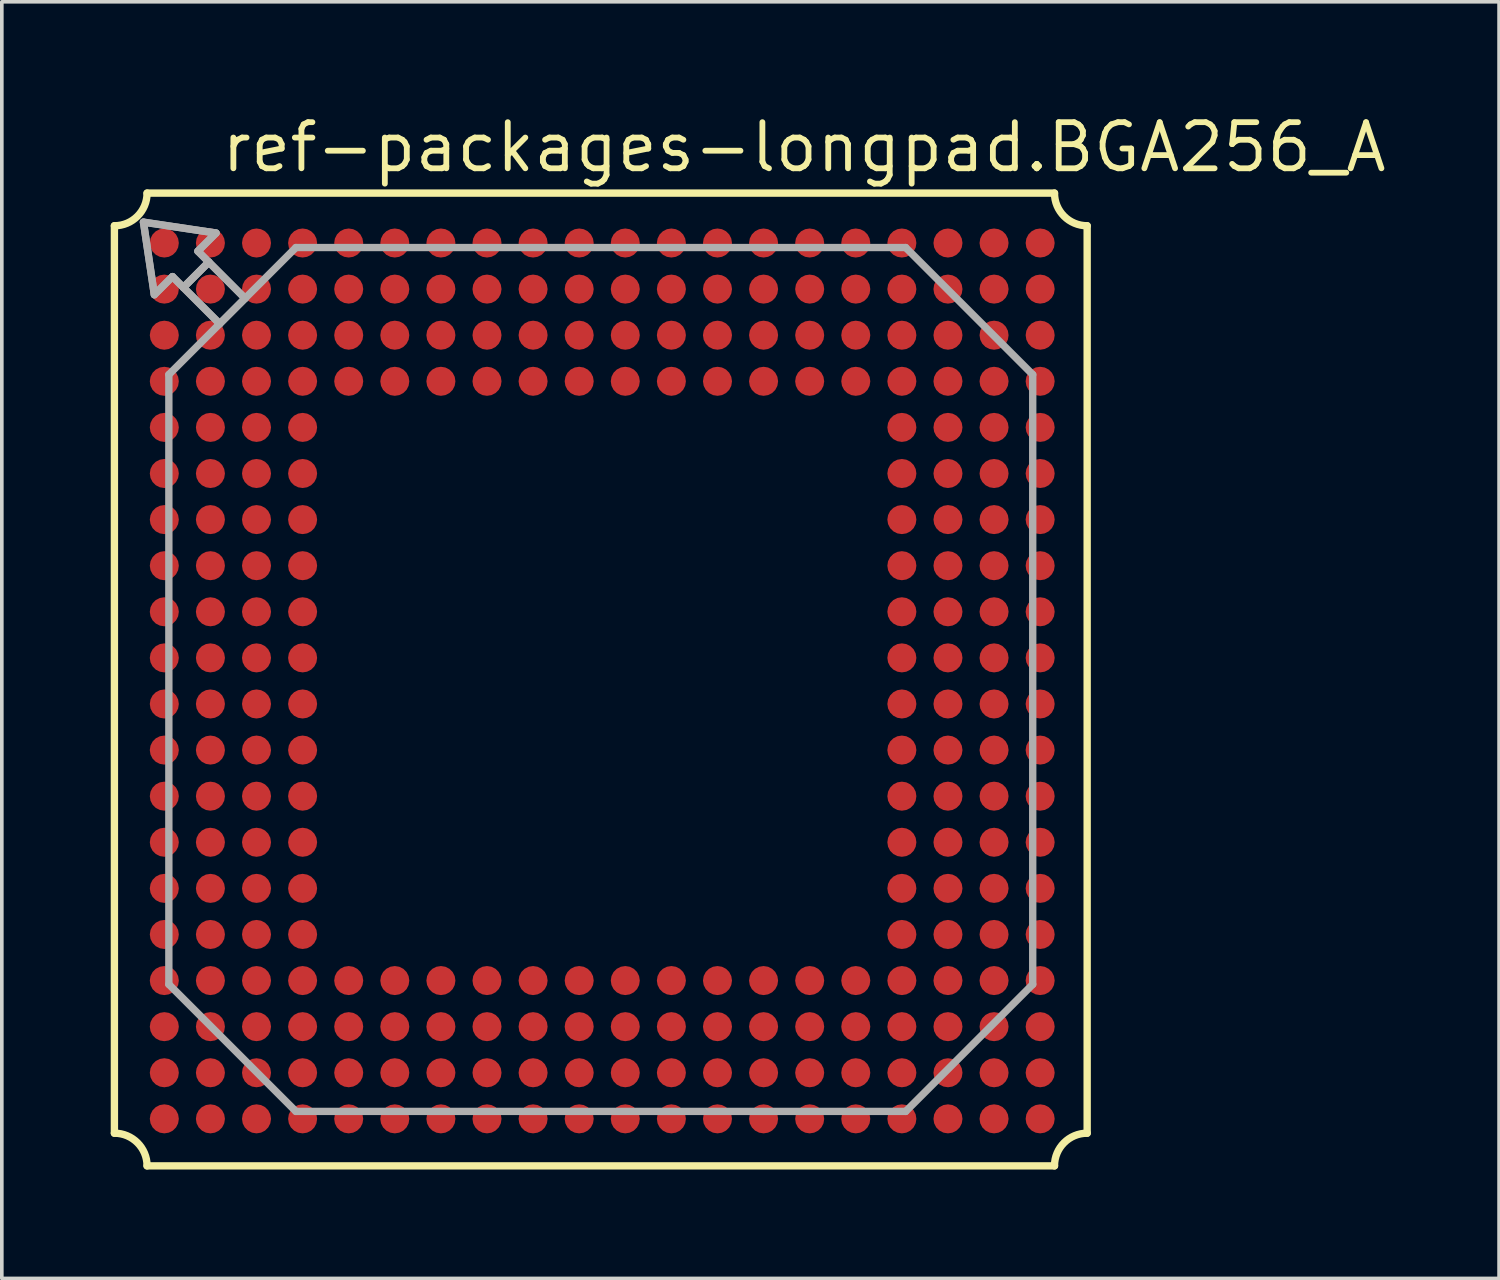
<source format=kicad_pcb>
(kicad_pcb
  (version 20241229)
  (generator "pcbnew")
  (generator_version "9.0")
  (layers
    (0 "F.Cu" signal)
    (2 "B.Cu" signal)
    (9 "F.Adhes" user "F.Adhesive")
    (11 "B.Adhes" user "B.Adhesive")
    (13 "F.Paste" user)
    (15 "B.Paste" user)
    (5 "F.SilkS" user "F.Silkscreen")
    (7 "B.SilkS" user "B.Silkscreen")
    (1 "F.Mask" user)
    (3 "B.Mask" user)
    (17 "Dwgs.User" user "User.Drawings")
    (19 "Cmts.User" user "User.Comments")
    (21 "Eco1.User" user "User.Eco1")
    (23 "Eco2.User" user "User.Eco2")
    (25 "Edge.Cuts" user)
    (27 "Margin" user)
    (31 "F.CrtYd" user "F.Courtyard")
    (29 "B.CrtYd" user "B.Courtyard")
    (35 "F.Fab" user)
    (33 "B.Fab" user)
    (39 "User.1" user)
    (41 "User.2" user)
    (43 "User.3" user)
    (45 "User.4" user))
  (footprint "ref-packages-longpad.BGA256_A"
    (layer "F.Cu")
    (at 13.502 15.67)
    (property "Reference" "ref-packages-longpad.BGA256_A" (at -10.53 -13.92 0) (layer "F.SilkS") (effects (font (size 1.27 1.27) (thickness 0.16)) (justify left bottom)))
    (attr smd)
    (fp_line (start -13.4 12.5) (end -13.4 -12.5) (stroke (width 0.203) (type default)) (layer "F.SilkS"))
    (fp_line (start -12.5 -13.4) (end 12.5 -13.4) (stroke (width 0.203) (type default)) (layer "F.SilkS"))
    (fp_line (start 12.5 13.4) (end -12.5 13.4) (stroke (width 0.203) (type default)) (layer "F.SilkS"))
    (fp_line (start 13.4 -12.5) (end 13.4 12.5) (stroke (width 0.203) (type default)) (layer "F.SilkS"))
    (fp_arc (start -13.4 12.5) (mid -12.763675 12.763575) (end -12.5001 13.3999) (stroke (width 0.2032) (type default)) (layer "F.SilkS"))
    (fp_arc (start -12.5001 -13.3999) (mid -12.763675 -12.763575) (end -13.4 -12.5) (stroke (width 0.2032) (type default)) (layer "F.SilkS"))
    (fp_arc (start 12.5 13.4) (mid 12.763575 12.763675) (end 13.3999 12.5001) (stroke (width 0.2032) (type default)) (layer "F.SilkS"))
    (fp_arc (start 13.3999 -12.5001) (mid 12.763575 -12.763675) (end 12.5 -13.4) (stroke (width 0.2032) (type default)) (layer "F.SilkS"))
    (fp_line (start -12.6 -12.6) (end -12.3 -10.6) (stroke (width 0.203) (type default)) (layer "F.Fab"))
    (fp_line (start -12.3 -10.6) (end -11.8 -11.1) (stroke (width 0.203) (type default)) (layer "F.Fab"))
    (fp_line (start -11.9 -8.4) (end -10.5 -9.8) (stroke (width 0.203) (type default)) (layer "F.Fab"))
    (fp_line (start -11.9 8.4) (end -11.9 -8.4) (stroke (width 0.203) (type default)) (layer "F.Fab"))
    (fp_line (start -11.8 -11.1) (end -11.5 -10.8) (stroke (width 0.203) (type default)) (layer "F.Fab"))
    (fp_line (start -11.5 -10.8) (end -10.5 -9.8) (stroke (width 0.203) (type default)) (layer "F.Fab"))
    (fp_line (start -11.1 -11.8) (end -10.6 -12.3) (stroke (width 0.203) (type default)) (layer "F.Fab"))
    (fp_line (start -10.8 -11.5) (end -11.5 -10.8) (stroke (width 0.203) (type default)) (layer "F.Fab"))
    (fp_line (start -10.8 -11.5) (end -11.1 -11.8) (stroke (width 0.203) (type default)) (layer "F.Fab"))
    (fp_line (start -10.6 -12.3) (end -12.6 -12.6) (stroke (width 0.203) (type default)) (layer "F.Fab"))
    (fp_line (start -10.5 -9.8) (end -9.8 -10.5) (stroke (width 0.203) (type default)) (layer "F.Fab"))
    (fp_line (start -9.8 -10.5) (end -10.8 -11.5) (stroke (width 0.203) (type default)) (layer "F.Fab"))
    (fp_line (start -9.8 -10.5) (end -8.4 -11.9) (stroke (width 0.203) (type default)) (layer "F.Fab"))
    (fp_line (start -8.4 -11.9) (end 8.4 -11.9) (stroke (width 0.203) (type default)) (layer "F.Fab"))
    (fp_line (start -8.4 11.9) (end -11.9 8.4) (stroke (width 0.203) (type default)) (layer "F.Fab"))
    (fp_line (start 8.4 -11.9) (end 11.9 -8.4) (stroke (width 0.203) (type default)) (layer "F.Fab"))
    (fp_line (start 8.4 11.9) (end -8.4 11.9) (stroke (width 0.203) (type default)) (layer "F.Fab"))
    (fp_line (start 11.9 -8.4) (end 11.9 8.4) (stroke (width 0.203) (type default)) (layer "F.Fab"))
    (fp_line (start 11.9 8.4) (end 8.4 11.9) (stroke (width 0.203) (type default)) (layer "F.Fab"))
    (fp_poly (pts (xy -11.5 -10.8) (xy -10.5 -9.8) (xy -9.8 -10.5) (xy -10.8 -11.5)) (stroke (width 0.203) (type default)) (fill no) (layer "F.Fab"))
    (fp_poly (pts (xy -12.6 -12.6) (xy -12.3 -10.6) (xy -11.8 -11.1) (xy -11.5 -10.8) (xy -10.8 -11.5) (xy -11.1 -11.8) (xy -10.6 -12.3)) (stroke (width 0.2) (type default)) (fill no) (layer "F.Fab"))
    (pad "A1" smd roundrect (at -12.025 -12.025) (size 0.8 0.8) (layers "F.Cu" "F.Mask" "F.Paste") (roundrect_rratio 0.5))
    (pad "A2" smd roundrect (at -10.755 -12.025) (size 0.8 0.8) (layers "F.Cu" "F.Mask" "F.Paste") (roundrect_rratio 0.5))
    (pad "A3" smd roundrect (at -9.485 -12.025) (size 0.8 0.8) (layers "F.Cu" "F.Mask" "F.Paste") (roundrect_rratio 0.5))
    (pad "A4" smd roundrect (at -8.215 -12.025) (size 0.8 0.8) (layers "F.Cu" "F.Mask" "F.Paste") (roundrect_rratio 0.5))
    (pad "A5" smd roundrect (at -6.945 -12.025) (size 0.8 0.8) (layers "F.Cu" "F.Mask" "F.Paste") (roundrect_rratio 0.5))
    (pad "A6" smd roundrect (at -5.675 -12.025) (size 0.8 0.8) (layers "F.Cu" "F.Mask" "F.Paste") (roundrect_rratio 0.5))
    (pad "A7" smd roundrect (at -4.405 -12.025) (size 0.8 0.8) (layers "F.Cu" "F.Mask" "F.Paste") (roundrect_rratio 0.5))
    (pad "A8" smd roundrect (at -3.135 -12.025) (size 0.8 0.8) (layers "F.Cu" "F.Mask" "F.Paste") (roundrect_rratio 0.5))
    (pad "A9" smd roundrect (at -1.865 -12.025) (size 0.8 0.8) (layers "F.Cu" "F.Mask" "F.Paste") (roundrect_rratio 0.5))
    (pad "A10" smd roundrect (at -0.595 -12.025) (size 0.8 0.8) (layers "F.Cu" "F.Mask" "F.Paste") (roundrect_rratio 0.5))
    (pad "A11" smd roundrect (at 0.675 -12.025) (size 0.8 0.8) (layers "F.Cu" "F.Mask" "F.Paste") (roundrect_rratio 0.5))
    (pad "A12" smd roundrect (at 1.945 -12.025) (size 0.8 0.8) (layers "F.Cu" "F.Mask" "F.Paste") (roundrect_rratio 0.5))
    (pad "A13" smd roundrect (at 3.215 -12.025) (size 0.8 0.8) (layers "F.Cu" "F.Mask" "F.Paste") (roundrect_rratio 0.5))
    (pad "A14" smd roundrect (at 4.485 -12.025) (size 0.8 0.8) (layers "F.Cu" "F.Mask" "F.Paste") (roundrect_rratio 0.5))
    (pad "A15" smd roundrect (at 5.755 -12.025) (size 0.8 0.8) (layers "F.Cu" "F.Mask" "F.Paste") (roundrect_rratio 0.5))
    (pad "A16" smd roundrect (at 7.025 -12.025) (size 0.8 0.8) (layers "F.Cu" "F.Mask" "F.Paste") (roundrect_rratio 0.5))
    (pad "A17" smd roundrect (at 8.295 -12.025) (size 0.8 0.8) (layers "F.Cu" "F.Mask" "F.Paste") (roundrect_rratio 0.5))
    (pad "A18" smd roundrect (at 9.565 -12.025) (size 0.8 0.8) (layers "F.Cu" "F.Mask" "F.Paste") (roundrect_rratio 0.5))
    (pad "A19" smd roundrect (at 10.835 -12.025) (size 0.8 0.8) (layers "F.Cu" "F.Mask" "F.Paste") (roundrect_rratio 0.5))
    (pad "A20" smd roundrect (at 12.105 -12.025) (size 0.8 0.8) (layers "F.Cu" "F.Mask" "F.Paste") (roundrect_rratio 0.5))
    (pad "B1" smd roundrect (at -12.025 -10.755) (size 0.8 0.8) (layers "F.Cu" "F.Mask" "F.Paste") (roundrect_rratio 0.5))
    (pad "B2" smd roundrect (at -10.755 -10.755) (size 0.8 0.8) (layers "F.Cu" "F.Mask" "F.Paste") (roundrect_rratio 0.5))
    (pad "B3" smd roundrect (at -9.485 -10.755) (size 0.8 0.8) (layers "F.Cu" "F.Mask" "F.Paste") (roundrect_rratio 0.5))
    (pad "B4" smd roundrect (at -8.215 -10.755) (size 0.8 0.8) (layers "F.Cu" "F.Mask" "F.Paste") (roundrect_rratio 0.5))
    (pad "B5" smd roundrect (at -6.945 -10.755) (size 0.8 0.8) (layers "F.Cu" "F.Mask" "F.Paste") (roundrect_rratio 0.5))
    (pad "B6" smd roundrect (at -5.675 -10.755) (size 0.8 0.8) (layers "F.Cu" "F.Mask" "F.Paste") (roundrect_rratio 0.5))
    (pad "B7" smd roundrect (at -4.405 -10.755) (size 0.8 0.8) (layers "F.Cu" "F.Mask" "F.Paste") (roundrect_rratio 0.5))
    (pad "B8" smd roundrect (at -3.135 -10.755) (size 0.8 0.8) (layers "F.Cu" "F.Mask" "F.Paste") (roundrect_rratio 0.5))
    (pad "B9" smd roundrect (at -1.865 -10.755) (size 0.8 0.8) (layers "F.Cu" "F.Mask" "F.Paste") (roundrect_rratio 0.5))
    (pad "B10" smd roundrect (at -0.595 -10.755) (size 0.8 0.8) (layers "F.Cu" "F.Mask" "F.Paste") (roundrect_rratio 0.5))
    (pad "B11" smd roundrect (at 0.675 -10.755) (size 0.8 0.8) (layers "F.Cu" "F.Mask" "F.Paste") (roundrect_rratio 0.5))
    (pad "B12" smd roundrect (at 1.945 -10.755) (size 0.8 0.8) (layers "F.Cu" "F.Mask" "F.Paste") (roundrect_rratio 0.5))
    (pad "B13" smd roundrect (at 3.215 -10.755) (size 0.8 0.8) (layers "F.Cu" "F.Mask" "F.Paste") (roundrect_rratio 0.5))
    (pad "B14" smd roundrect (at 4.485 -10.755) (size 0.8 0.8) (layers "F.Cu" "F.Mask" "F.Paste") (roundrect_rratio 0.5))
    (pad "B15" smd roundrect (at 5.755 -10.755) (size 0.8 0.8) (layers "F.Cu" "F.Mask" "F.Paste") (roundrect_rratio 0.5))
    (pad "B16" smd roundrect (at 7.025 -10.755) (size 0.8 0.8) (layers "F.Cu" "F.Mask" "F.Paste") (roundrect_rratio 0.5))
    (pad "B17" smd roundrect (at 8.295 -10.755) (size 0.8 0.8) (layers "F.Cu" "F.Mask" "F.Paste") (roundrect_rratio 0.5))
    (pad "B18" smd roundrect (at 9.565 -10.755) (size 0.8 0.8) (layers "F.Cu" "F.Mask" "F.Paste") (roundrect_rratio 0.5))
    (pad "B19" smd roundrect (at 10.835 -10.755) (size 0.8 0.8) (layers "F.Cu" "F.Mask" "F.Paste") (roundrect_rratio 0.5))
    (pad "B20" smd roundrect (at 12.105 -10.755) (size 0.8 0.8) (layers "F.Cu" "F.Mask" "F.Paste") (roundrect_rratio 0.5))
    (pad "C1" smd roundrect (at -12.025 -9.485) (size 0.8 0.8) (layers "F.Cu" "F.Mask" "F.Paste") (roundrect_rratio 0.5))
    (pad "C2" smd roundrect (at -10.755 -9.485) (size 0.8 0.8) (layers "F.Cu" "F.Mask" "F.Paste") (roundrect_rratio 0.5))
    (pad "C3" smd roundrect (at -9.485 -9.485) (size 0.8 0.8) (layers "F.Cu" "F.Mask" "F.Paste") (roundrect_rratio 0.5))
    (pad "C4" smd roundrect (at -8.215 -9.485) (size 0.8 0.8) (layers "F.Cu" "F.Mask" "F.Paste") (roundrect_rratio 0.5))
    (pad "C5" smd roundrect (at -6.945 -9.485) (size 0.8 0.8) (layers "F.Cu" "F.Mask" "F.Paste") (roundrect_rratio 0.5))
    (pad "C6" smd roundrect (at -5.675 -9.485) (size 0.8 0.8) (layers "F.Cu" "F.Mask" "F.Paste") (roundrect_rratio 0.5))
    (pad "C7" smd roundrect (at -4.405 -9.485) (size 0.8 0.8) (layers "F.Cu" "F.Mask" "F.Paste") (roundrect_rratio 0.5))
    (pad "C8" smd roundrect (at -3.135 -9.485) (size 0.8 0.8) (layers "F.Cu" "F.Mask" "F.Paste") (roundrect_rratio 0.5))
    (pad "C9" smd roundrect (at -1.865 -9.485) (size 0.8 0.8) (layers "F.Cu" "F.Mask" "F.Paste") (roundrect_rratio 0.5))
    (pad "C10" smd roundrect (at -0.595 -9.485) (size 0.8 0.8) (layers "F.Cu" "F.Mask" "F.Paste") (roundrect_rratio 0.5))
    (pad "C11" smd roundrect (at 0.675 -9.485) (size 0.8 0.8) (layers "F.Cu" "F.Mask" "F.Paste") (roundrect_rratio 0.5))
    (pad "C12" smd roundrect (at 1.945 -9.485) (size 0.8 0.8) (layers "F.Cu" "F.Mask" "F.Paste") (roundrect_rratio 0.5))
    (pad "C13" smd roundrect (at 3.215 -9.485) (size 0.8 0.8) (layers "F.Cu" "F.Mask" "F.Paste") (roundrect_rratio 0.5))
    (pad "C14" smd roundrect (at 4.485 -9.485) (size 0.8 0.8) (layers "F.Cu" "F.Mask" "F.Paste") (roundrect_rratio 0.5))
    (pad "C15" smd roundrect (at 5.755 -9.485) (size 0.8 0.8) (layers "F.Cu" "F.Mask" "F.Paste") (roundrect_rratio 0.5))
    (pad "C16" smd roundrect (at 7.025 -9.485) (size 0.8 0.8) (layers "F.Cu" "F.Mask" "F.Paste") (roundrect_rratio 0.5))
    (pad "C17" smd roundrect (at 8.295 -9.485) (size 0.8 0.8) (layers "F.Cu" "F.Mask" "F.Paste") (roundrect_rratio 0.5))
    (pad "C18" smd roundrect (at 9.565 -9.485) (size 0.8 0.8) (layers "F.Cu" "F.Mask" "F.Paste") (roundrect_rratio 0.5))
    (pad "C19" smd roundrect (at 10.835 -9.485) (size 0.8 0.8) (layers "F.Cu" "F.Mask" "F.Paste") (roundrect_rratio 0.5))
    (pad "C20" smd roundrect (at 12.105 -9.485) (size 0.8 0.8) (layers "F.Cu" "F.Mask" "F.Paste") (roundrect_rratio 0.5))
    (pad "D1" smd roundrect (at -12.025 -8.215) (size 0.8 0.8) (layers "F.Cu" "F.Mask" "F.Paste") (roundrect_rratio 0.5))
    (pad "D2" smd roundrect (at -10.755 -8.215) (size 0.8 0.8) (layers "F.Cu" "F.Mask" "F.Paste") (roundrect_rratio 0.5))
    (pad "D3" smd roundrect (at -9.485 -8.215) (size 0.8 0.8) (layers "F.Cu" "F.Mask" "F.Paste") (roundrect_rratio 0.5))
    (pad "D4" smd roundrect (at -8.215 -8.215) (size 0.8 0.8) (layers "F.Cu" "F.Mask" "F.Paste") (roundrect_rratio 0.5))
    (pad "D5" smd roundrect (at -6.945 -8.215) (size 0.8 0.8) (layers "F.Cu" "F.Mask" "F.Paste") (roundrect_rratio 0.5))
    (pad "D6" smd roundrect (at -5.675 -8.215) (size 0.8 0.8) (layers "F.Cu" "F.Mask" "F.Paste") (roundrect_rratio 0.5))
    (pad "D7" smd roundrect (at -4.405 -8.215) (size 0.8 0.8) (layers "F.Cu" "F.Mask" "F.Paste") (roundrect_rratio 0.5))
    (pad "D8" smd roundrect (at -3.135 -8.215) (size 0.8 0.8) (layers "F.Cu" "F.Mask" "F.Paste") (roundrect_rratio 0.5))
    (pad "D9" smd roundrect (at -1.865 -8.215) (size 0.8 0.8) (layers "F.Cu" "F.Mask" "F.Paste") (roundrect_rratio 0.5))
    (pad "D10" smd roundrect (at -0.595 -8.215) (size 0.8 0.8) (layers "F.Cu" "F.Mask" "F.Paste") (roundrect_rratio 0.5))
    (pad "D11" smd roundrect (at 0.675 -8.215) (size 0.8 0.8) (layers "F.Cu" "F.Mask" "F.Paste") (roundrect_rratio 0.5))
    (pad "D12" smd roundrect (at 1.945 -8.215) (size 0.8 0.8) (layers "F.Cu" "F.Mask" "F.Paste") (roundrect_rratio 0.5))
    (pad "D13" smd roundrect (at 3.215 -8.215) (size 0.8 0.8) (layers "F.Cu" "F.Mask" "F.Paste") (roundrect_rratio 0.5))
    (pad "D14" smd roundrect (at 4.485 -8.215) (size 0.8 0.8) (layers "F.Cu" "F.Mask" "F.Paste") (roundrect_rratio 0.5))
    (pad "D15" smd roundrect (at 5.755 -8.215) (size 0.8 0.8) (layers "F.Cu" "F.Mask" "F.Paste") (roundrect_rratio 0.5))
    (pad "D16" smd roundrect (at 7.025 -8.215) (size 0.8 0.8) (layers "F.Cu" "F.Mask" "F.Paste") (roundrect_rratio 0.5))
    (pad "D17" smd roundrect (at 8.295 -8.215) (size 0.8 0.8) (layers "F.Cu" "F.Mask" "F.Paste") (roundrect_rratio 0.5))
    (pad "D18" smd roundrect (at 9.565 -8.215) (size 0.8 0.8) (layers "F.Cu" "F.Mask" "F.Paste") (roundrect_rratio 0.5))
    (pad "D19" smd roundrect (at 10.835 -8.215) (size 0.8 0.8) (layers "F.Cu" "F.Mask" "F.Paste") (roundrect_rratio 0.5))
    (pad "D20" smd roundrect (at 12.105 -8.215) (size 0.8 0.8) (layers "F.Cu" "F.Mask" "F.Paste") (roundrect_rratio 0.5))
    (pad "E1" smd roundrect (at -12.025 -6.945) (size 0.8 0.8) (layers "F.Cu" "F.Mask" "F.Paste") (roundrect_rratio 0.5))
    (pad "E2" smd roundrect (at -10.755 -6.945) (size 0.8 0.8) (layers "F.Cu" "F.Mask" "F.Paste") (roundrect_rratio 0.5))
    (pad "E3" smd roundrect (at -9.485 -6.945) (size 0.8 0.8) (layers "F.Cu" "F.Mask" "F.Paste") (roundrect_rratio 0.5))
    (pad "E4" smd roundrect (at -8.215 -6.945) (size 0.8 0.8) (layers "F.Cu" "F.Mask" "F.Paste") (roundrect_rratio 0.5))
    (pad "E17" smd roundrect (at 8.295 -6.945) (size 0.8 0.8) (layers "F.Cu" "F.Mask" "F.Paste") (roundrect_rratio 0.5))
    (pad "E18" smd roundrect (at 9.565 -6.945) (size 0.8 0.8) (layers "F.Cu" "F.Mask" "F.Paste") (roundrect_rratio 0.5))
    (pad "E19" smd roundrect (at 10.835 -6.945) (size 0.8 0.8) (layers "F.Cu" "F.Mask" "F.Paste") (roundrect_rratio 0.5))
    (pad "E20" smd roundrect (at 12.105 -6.945) (size 0.8 0.8) (layers "F.Cu" "F.Mask" "F.Paste") (roundrect_rratio 0.5))
    (pad "F1" smd roundrect (at -12.025 -5.675) (size 0.8 0.8) (layers "F.Cu" "F.Mask" "F.Paste") (roundrect_rratio 0.5))
    (pad "F2" smd roundrect (at -10.755 -5.675) (size 0.8 0.8) (layers "F.Cu" "F.Mask" "F.Paste") (roundrect_rratio 0.5))
    (pad "F3" smd roundrect (at -9.485 -5.675) (size 0.8 0.8) (layers "F.Cu" "F.Mask" "F.Paste") (roundrect_rratio 0.5))
    (pad "F4" smd roundrect (at -8.215 -5.675) (size 0.8 0.8) (layers "F.Cu" "F.Mask" "F.Paste") (roundrect_rratio 0.5))
    (pad "F17" smd roundrect (at 8.295 -5.675) (size 0.8 0.8) (layers "F.Cu" "F.Mask" "F.Paste") (roundrect_rratio 0.5))
    (pad "F18" smd roundrect (at 9.565 -5.675) (size 0.8 0.8) (layers "F.Cu" "F.Mask" "F.Paste") (roundrect_rratio 0.5))
    (pad "F19" smd roundrect (at 10.835 -5.675) (size 0.8 0.8) (layers "F.Cu" "F.Mask" "F.Paste") (roundrect_rratio 0.5))
    (pad "F20" smd roundrect (at 12.105 -5.675) (size 0.8 0.8) (layers "F.Cu" "F.Mask" "F.Paste") (roundrect_rratio 0.5))
    (pad "G1" smd roundrect (at -12.025 -4.405) (size 0.8 0.8) (layers "F.Cu" "F.Mask" "F.Paste") (roundrect_rratio 0.5))
    (pad "G2" smd roundrect (at -10.755 -4.405) (size 0.8 0.8) (layers "F.Cu" "F.Mask" "F.Paste") (roundrect_rratio 0.5))
    (pad "G3" smd roundrect (at -9.485 -4.405) (size 0.8 0.8) (layers "F.Cu" "F.Mask" "F.Paste") (roundrect_rratio 0.5))
    (pad "G4" smd roundrect (at -8.215 -4.405) (size 0.8 0.8) (layers "F.Cu" "F.Mask" "F.Paste") (roundrect_rratio 0.5))
    (pad "G17" smd roundrect (at 8.295 -4.405) (size 0.8 0.8) (layers "F.Cu" "F.Mask" "F.Paste") (roundrect_rratio 0.5))
    (pad "G18" smd roundrect (at 9.565 -4.405) (size 0.8 0.8) (layers "F.Cu" "F.Mask" "F.Paste") (roundrect_rratio 0.5))
    (pad "G19" smd roundrect (at 10.835 -4.405) (size 0.8 0.8) (layers "F.Cu" "F.Mask" "F.Paste") (roundrect_rratio 0.5))
    (pad "G20" smd roundrect (at 12.105 -4.405) (size 0.8 0.8) (layers "F.Cu" "F.Mask" "F.Paste") (roundrect_rratio 0.5))
    (pad "H1" smd roundrect (at -12.025 -3.135) (size 0.8 0.8) (layers "F.Cu" "F.Mask" "F.Paste") (roundrect_rratio 0.5))
    (pad "H2" smd roundrect (at -10.755 -3.135) (size 0.8 0.8) (layers "F.Cu" "F.Mask" "F.Paste") (roundrect_rratio 0.5))
    (pad "H3" smd roundrect (at -9.485 -3.135) (size 0.8 0.8) (layers "F.Cu" "F.Mask" "F.Paste") (roundrect_rratio 0.5))
    (pad "H4" smd roundrect (at -8.215 -3.135) (size 0.8 0.8) (layers "F.Cu" "F.Mask" "F.Paste") (roundrect_rratio 0.5))
    (pad "H17" smd roundrect (at 8.295 -3.135) (size 0.8 0.8) (layers "F.Cu" "F.Mask" "F.Paste") (roundrect_rratio 0.5))
    (pad "H18" smd roundrect (at 9.565 -3.135) (size 0.8 0.8) (layers "F.Cu" "F.Mask" "F.Paste") (roundrect_rratio 0.5))
    (pad "H19" smd roundrect (at 10.835 -3.135) (size 0.8 0.8) (layers "F.Cu" "F.Mask" "F.Paste") (roundrect_rratio 0.5))
    (pad "H20" smd roundrect (at 12.105 -3.135) (size 0.8 0.8) (layers "F.Cu" "F.Mask" "F.Paste") (roundrect_rratio 0.5))
    (pad "J1" smd roundrect (at -12.025 -1.865) (size 0.8 0.8) (layers "F.Cu" "F.Mask" "F.Paste") (roundrect_rratio 0.5))
    (pad "J2" smd roundrect (at -10.755 -1.865) (size 0.8 0.8) (layers "F.Cu" "F.Mask" "F.Paste") (roundrect_rratio 0.5))
    (pad "J3" smd roundrect (at -9.485 -1.865) (size 0.8 0.8) (layers "F.Cu" "F.Mask" "F.Paste") (roundrect_rratio 0.5))
    (pad "J4" smd roundrect (at -8.215 -1.865) (size 0.8 0.8) (layers "F.Cu" "F.Mask" "F.Paste") (roundrect_rratio 0.5))
    (pad "J17" smd roundrect (at 8.295 -1.865) (size 0.8 0.8) (layers "F.Cu" "F.Mask" "F.Paste") (roundrect_rratio 0.5))
    (pad "J18" smd roundrect (at 9.565 -1.865) (size 0.8 0.8) (layers "F.Cu" "F.Mask" "F.Paste") (roundrect_rratio 0.5))
    (pad "J19" smd roundrect (at 10.835 -1.865) (size 0.8 0.8) (layers "F.Cu" "F.Mask" "F.Paste") (roundrect_rratio 0.5))
    (pad "J20" smd roundrect (at 12.105 -1.865) (size 0.8 0.8) (layers "F.Cu" "F.Mask" "F.Paste") (roundrect_rratio 0.5))
    (pad "K1" smd roundrect (at -12.025 -0.595) (size 0.8 0.8) (layers "F.Cu" "F.Mask" "F.Paste") (roundrect_rratio 0.5))
    (pad "K2" smd roundrect (at -10.755 -0.595) (size 0.8 0.8) (layers "F.Cu" "F.Mask" "F.Paste") (roundrect_rratio 0.5))
    (pad "K3" smd roundrect (at -9.485 -0.595) (size 0.8 0.8) (layers "F.Cu" "F.Mask" "F.Paste") (roundrect_rratio 0.5))
    (pad "K4" smd roundrect (at -8.215 -0.595) (size 0.8 0.8) (layers "F.Cu" "F.Mask" "F.Paste") (roundrect_rratio 0.5))
    (pad "K17" smd roundrect (at 8.295 -0.595) (size 0.8 0.8) (layers "F.Cu" "F.Mask" "F.Paste") (roundrect_rratio 0.5))
    (pad "K18" smd roundrect (at 9.565 -0.595) (size 0.8 0.8) (layers "F.Cu" "F.Mask" "F.Paste") (roundrect_rratio 0.5))
    (pad "K19" smd roundrect (at 10.835 -0.595) (size 0.8 0.8) (layers "F.Cu" "F.Mask" "F.Paste") (roundrect_rratio 0.5))
    (pad "K20" smd roundrect (at 12.105 -0.595) (size 0.8 0.8) (layers "F.Cu" "F.Mask" "F.Paste") (roundrect_rratio 0.5))
    (pad "L1" smd roundrect (at -12.025 0.675) (size 0.8 0.8) (layers "F.Cu" "F.Mask" "F.Paste") (roundrect_rratio 0.5))
    (pad "L2" smd roundrect (at -10.755 0.675) (size 0.8 0.8) (layers "F.Cu" "F.Mask" "F.Paste") (roundrect_rratio 0.5))
    (pad "L3" smd roundrect (at -9.485 0.675) (size 0.8 0.8) (layers "F.Cu" "F.Mask" "F.Paste") (roundrect_rratio 0.5))
    (pad "L4" smd roundrect (at -8.215 0.675) (size 0.8 0.8) (layers "F.Cu" "F.Mask" "F.Paste") (roundrect_rratio 0.5))
    (pad "L17" smd roundrect (at 8.295 0.675) (size 0.8 0.8) (layers "F.Cu" "F.Mask" "F.Paste") (roundrect_rratio 0.5))
    (pad "L18" smd roundrect (at 9.565 0.675) (size 0.8 0.8) (layers "F.Cu" "F.Mask" "F.Paste") (roundrect_rratio 0.5))
    (pad "L19" smd roundrect (at 10.835 0.675) (size 0.8 0.8) (layers "F.Cu" "F.Mask" "F.Paste") (roundrect_rratio 0.5))
    (pad "L20" smd roundrect (at 12.105 0.675) (size 0.8 0.8) (layers "F.Cu" "F.Mask" "F.Paste") (roundrect_rratio 0.5))
    (pad "M1" smd roundrect (at -12.025 1.945) (size 0.8 0.8) (layers "F.Cu" "F.Mask" "F.Paste") (roundrect_rratio 0.5))
    (pad "M2" smd roundrect (at -10.755 1.945) (size 0.8 0.8) (layers "F.Cu" "F.Mask" "F.Paste") (roundrect_rratio 0.5))
    (pad "M3" smd roundrect (at -9.485 1.945) (size 0.8 0.8) (layers "F.Cu" "F.Mask" "F.Paste") (roundrect_rratio 0.5))
    (pad "M4" smd roundrect (at -8.215 1.945) (size 0.8 0.8) (layers "F.Cu" "F.Mask" "F.Paste") (roundrect_rratio 0.5))
    (pad "M17" smd roundrect (at 8.295 1.945) (size 0.8 0.8) (layers "F.Cu" "F.Mask" "F.Paste") (roundrect_rratio 0.5))
    (pad "M18" smd roundrect (at 9.565 1.945) (size 0.8 0.8) (layers "F.Cu" "F.Mask" "F.Paste") (roundrect_rratio 0.5))
    (pad "M19" smd roundrect (at 10.835 1.945) (size 0.8 0.8) (layers "F.Cu" "F.Mask" "F.Paste") (roundrect_rratio 0.5))
    (pad "M20" smd roundrect (at 12.105 1.945) (size 0.8 0.8) (layers "F.Cu" "F.Mask" "F.Paste") (roundrect_rratio 0.5))
    (pad "N1" smd roundrect (at -12.025 3.215) (size 0.8 0.8) (layers "F.Cu" "F.Mask" "F.Paste") (roundrect_rratio 0.5))
    (pad "N2" smd roundrect (at -10.755 3.215) (size 0.8 0.8) (layers "F.Cu" "F.Mask" "F.Paste") (roundrect_rratio 0.5))
    (pad "N3" smd roundrect (at -9.485 3.215) (size 0.8 0.8) (layers "F.Cu" "F.Mask" "F.Paste") (roundrect_rratio 0.5))
    (pad "N4" smd roundrect (at -8.215 3.215) (size 0.8 0.8) (layers "F.Cu" "F.Mask" "F.Paste") (roundrect_rratio 0.5))
    (pad "N17" smd roundrect (at 8.295 3.215) (size 0.8 0.8) (layers "F.Cu" "F.Mask" "F.Paste") (roundrect_rratio 0.5))
    (pad "N18" smd roundrect (at 9.565 3.215) (size 0.8 0.8) (layers "F.Cu" "F.Mask" "F.Paste") (roundrect_rratio 0.5))
    (pad "N19" smd roundrect (at 10.835 3.215) (size 0.8 0.8) (layers "F.Cu" "F.Mask" "F.Paste") (roundrect_rratio 0.5))
    (pad "N20" smd roundrect (at 12.105 3.215) (size 0.8 0.8) (layers "F.Cu" "F.Mask" "F.Paste") (roundrect_rratio 0.5))
    (pad "P1" smd roundrect (at -12.025 4.485) (size 0.8 0.8) (layers "F.Cu" "F.Mask" "F.Paste") (roundrect_rratio 0.5))
    (pad "P2" smd roundrect (at -10.755 4.485) (size 0.8 0.8) (layers "F.Cu" "F.Mask" "F.Paste") (roundrect_rratio 0.5))
    (pad "P3" smd roundrect (at -9.485 4.485) (size 0.8 0.8) (layers "F.Cu" "F.Mask" "F.Paste") (roundrect_rratio 0.5))
    (pad "P4" smd roundrect (at -8.215 4.485) (size 0.8 0.8) (layers "F.Cu" "F.Mask" "F.Paste") (roundrect_rratio 0.5))
    (pad "P17" smd roundrect (at 8.295 4.485) (size 0.8 0.8) (layers "F.Cu" "F.Mask" "F.Paste") (roundrect_rratio 0.5))
    (pad "P18" smd roundrect (at 9.565 4.485) (size 0.8 0.8) (layers "F.Cu" "F.Mask" "F.Paste") (roundrect_rratio 0.5))
    (pad "P19" smd roundrect (at 10.835 4.485) (size 0.8 0.8) (layers "F.Cu" "F.Mask" "F.Paste") (roundrect_rratio 0.5))
    (pad "P20" smd roundrect (at 12.105 4.485) (size 0.8 0.8) (layers "F.Cu" "F.Mask" "F.Paste") (roundrect_rratio 0.5))
    (pad "R1" smd roundrect (at -12.025 5.755) (size 0.8 0.8) (layers "F.Cu" "F.Mask" "F.Paste") (roundrect_rratio 0.5))
    (pad "R2" smd roundrect (at -10.755 5.755) (size 0.8 0.8) (layers "F.Cu" "F.Mask" "F.Paste") (roundrect_rratio 0.5))
    (pad "R3" smd roundrect (at -9.485 5.755) (size 0.8 0.8) (layers "F.Cu" "F.Mask" "F.Paste") (roundrect_rratio 0.5))
    (pad "R4" smd roundrect (at -8.215 5.755) (size 0.8 0.8) (layers "F.Cu" "F.Mask" "F.Paste") (roundrect_rratio 0.5))
    (pad "R17" smd roundrect (at 8.295 5.755) (size 0.8 0.8) (layers "F.Cu" "F.Mask" "F.Paste") (roundrect_rratio 0.5))
    (pad "R18" smd roundrect (at 9.565 5.755) (size 0.8 0.8) (layers "F.Cu" "F.Mask" "F.Paste") (roundrect_rratio 0.5))
    (pad "R19" smd roundrect (at 10.835 5.755) (size 0.8 0.8) (layers "F.Cu" "F.Mask" "F.Paste") (roundrect_rratio 0.5))
    (pad "R20" smd roundrect (at 12.105 5.755) (size 0.8 0.8) (layers "F.Cu" "F.Mask" "F.Paste") (roundrect_rratio 0.5))
    (pad "T1" smd roundrect (at -12.025 7.025) (size 0.8 0.8) (layers "F.Cu" "F.Mask" "F.Paste") (roundrect_rratio 0.5))
    (pad "T2" smd roundrect (at -10.755 7.025) (size 0.8 0.8) (layers "F.Cu" "F.Mask" "F.Paste") (roundrect_rratio 0.5))
    (pad "T3" smd roundrect (at -9.485 7.025) (size 0.8 0.8) (layers "F.Cu" "F.Mask" "F.Paste") (roundrect_rratio 0.5))
    (pad "T4" smd roundrect (at -8.215 7.025) (size 0.8 0.8) (layers "F.Cu" "F.Mask" "F.Paste") (roundrect_rratio 0.5))
    (pad "T17" smd roundrect (at 8.295 7.025) (size 0.8 0.8) (layers "F.Cu" "F.Mask" "F.Paste") (roundrect_rratio 0.5))
    (pad "T18" smd roundrect (at 9.565 7.025) (size 0.8 0.8) (layers "F.Cu" "F.Mask" "F.Paste") (roundrect_rratio 0.5))
    (pad "T19" smd roundrect (at 10.835 7.025) (size 0.8 0.8) (layers "F.Cu" "F.Mask" "F.Paste") (roundrect_rratio 0.5))
    (pad "T20" smd roundrect (at 12.105 7.025) (size 0.8 0.8) (layers "F.Cu" "F.Mask" "F.Paste") (roundrect_rratio 0.5))
    (pad "U1" smd roundrect (at -12.025 8.295) (size 0.8 0.8) (layers "F.Cu" "F.Mask" "F.Paste") (roundrect_rratio 0.5))
    (pad "U2" smd roundrect (at -10.755 8.295) (size 0.8 0.8) (layers "F.Cu" "F.Mask" "F.Paste") (roundrect_rratio 0.5))
    (pad "U3" smd roundrect (at -9.485 8.295) (size 0.8 0.8) (layers "F.Cu" "F.Mask" "F.Paste") (roundrect_rratio 0.5))
    (pad "U4" smd roundrect (at -8.215 8.295) (size 0.8 0.8) (layers "F.Cu" "F.Mask" "F.Paste") (roundrect_rratio 0.5))
    (pad "U5" smd roundrect (at -6.945 8.295) (size 0.8 0.8) (layers "F.Cu" "F.Mask" "F.Paste") (roundrect_rratio 0.5))
    (pad "U6" smd roundrect (at -5.675 8.295) (size 0.8 0.8) (layers "F.Cu" "F.Mask" "F.Paste") (roundrect_rratio 0.5))
    (pad "U7" smd roundrect (at -4.405 8.295) (size 0.8 0.8) (layers "F.Cu" "F.Mask" "F.Paste") (roundrect_rratio 0.5))
    (pad "U8" smd roundrect (at -3.135 8.295) (size 0.8 0.8) (layers "F.Cu" "F.Mask" "F.Paste") (roundrect_rratio 0.5))
    (pad "U9" smd roundrect (at -1.865 8.295) (size 0.8 0.8) (layers "F.Cu" "F.Mask" "F.Paste") (roundrect_rratio 0.5))
    (pad "U10" smd roundrect (at -0.595 8.295) (size 0.8 0.8) (layers "F.Cu" "F.Mask" "F.Paste") (roundrect_rratio 0.5))
    (pad "U11" smd roundrect (at 0.675 8.295) (size 0.8 0.8) (layers "F.Cu" "F.Mask" "F.Paste") (roundrect_rratio 0.5))
    (pad "U12" smd roundrect (at 1.945 8.295) (size 0.8 0.8) (layers "F.Cu" "F.Mask" "F.Paste") (roundrect_rratio 0.5))
    (pad "U13" smd roundrect (at 3.215 8.295) (size 0.8 0.8) (layers "F.Cu" "F.Mask" "F.Paste") (roundrect_rratio 0.5))
    (pad "U14" smd roundrect (at 4.485 8.295) (size 0.8 0.8) (layers "F.Cu" "F.Mask" "F.Paste") (roundrect_rratio 0.5))
    (pad "U15" smd roundrect (at 5.755 8.295) (size 0.8 0.8) (layers "F.Cu" "F.Mask" "F.Paste") (roundrect_rratio 0.5))
    (pad "U16" smd roundrect (at 7.025 8.295) (size 0.8 0.8) (layers "F.Cu" "F.Mask" "F.Paste") (roundrect_rratio 0.5))
    (pad "U17" smd roundrect (at 8.295 8.295) (size 0.8 0.8) (layers "F.Cu" "F.Mask" "F.Paste") (roundrect_rratio 0.5))
    (pad "U18" smd roundrect (at 9.565 8.295) (size 0.8 0.8) (layers "F.Cu" "F.Mask" "F.Paste") (roundrect_rratio 0.5))
    (pad "U19" smd roundrect (at 10.835 8.295) (size 0.8 0.8) (layers "F.Cu" "F.Mask" "F.Paste") (roundrect_rratio 0.5))
    (pad "U20" smd roundrect (at 12.105 8.295) (size 0.8 0.8) (layers "F.Cu" "F.Mask" "F.Paste") (roundrect_rratio 0.5))
    (pad "V1" smd roundrect (at -12.025 9.565) (size 0.8 0.8) (layers "F.Cu" "F.Mask" "F.Paste") (roundrect_rratio 0.5))
    (pad "V2" smd roundrect (at -10.755 9.565) (size 0.8 0.8) (layers "F.Cu" "F.Mask" "F.Paste") (roundrect_rratio 0.5))
    (pad "V3" smd roundrect (at -9.485 9.565) (size 0.8 0.8) (layers "F.Cu" "F.Mask" "F.Paste") (roundrect_rratio 0.5))
    (pad "V4" smd roundrect (at -8.215 9.565) (size 0.8 0.8) (layers "F.Cu" "F.Mask" "F.Paste") (roundrect_rratio 0.5))
    (pad "V5" smd roundrect (at -6.945 9.565) (size 0.8 0.8) (layers "F.Cu" "F.Mask" "F.Paste") (roundrect_rratio 0.5))
    (pad "V6" smd roundrect (at -5.675 9.565) (size 0.8 0.8) (layers "F.Cu" "F.Mask" "F.Paste") (roundrect_rratio 0.5))
    (pad "V7" smd roundrect (at -4.405 9.565) (size 0.8 0.8) (layers "F.Cu" "F.Mask" "F.Paste") (roundrect_rratio 0.5))
    (pad "V8" smd roundrect (at -3.135 9.565) (size 0.8 0.8) (layers "F.Cu" "F.Mask" "F.Paste") (roundrect_rratio 0.5))
    (pad "V9" smd roundrect (at -1.865 9.565) (size 0.8 0.8) (layers "F.Cu" "F.Mask" "F.Paste") (roundrect_rratio 0.5))
    (pad "V10" smd roundrect (at -0.595 9.565) (size 0.8 0.8) (layers "F.Cu" "F.Mask" "F.Paste") (roundrect_rratio 0.5))
    (pad "V11" smd roundrect (at 0.675 9.565) (size 0.8 0.8) (layers "F.Cu" "F.Mask" "F.Paste") (roundrect_rratio 0.5))
    (pad "V12" smd roundrect (at 1.945 9.565) (size 0.8 0.8) (layers "F.Cu" "F.Mask" "F.Paste") (roundrect_rratio 0.5))
    (pad "V13" smd roundrect (at 3.215 9.565) (size 0.8 0.8) (layers "F.Cu" "F.Mask" "F.Paste") (roundrect_rratio 0.5))
    (pad "V14" smd roundrect (at 4.485 9.565) (size 0.8 0.8) (layers "F.Cu" "F.Mask" "F.Paste") (roundrect_rratio 0.5))
    (pad "V15" smd roundrect (at 5.755 9.565) (size 0.8 0.8) (layers "F.Cu" "F.Mask" "F.Paste") (roundrect_rratio 0.5))
    (pad "V16" smd roundrect (at 7.025 9.565) (size 0.8 0.8) (layers "F.Cu" "F.Mask" "F.Paste") (roundrect_rratio 0.5))
    (pad "V17" smd roundrect (at 8.295 9.565) (size 0.8 0.8) (layers "F.Cu" "F.Mask" "F.Paste") (roundrect_rratio 0.5))
    (pad "V18" smd roundrect (at 9.565 9.565) (size 0.8 0.8) (layers "F.Cu" "F.Mask" "F.Paste") (roundrect_rratio 0.5))
    (pad "V19" smd roundrect (at 10.835 9.565) (size 0.8 0.8) (layers "F.Cu" "F.Mask" "F.Paste") (roundrect_rratio 0.5))
    (pad "V20" smd roundrect (at 12.105 9.565) (size 0.8 0.8) (layers "F.Cu" "F.Mask" "F.Paste") (roundrect_rratio 0.5))
    (pad "W1" smd roundrect (at -12.025 10.835) (size 0.8 0.8) (layers "F.Cu" "F.Mask" "F.Paste") (roundrect_rratio 0.5))
    (pad "W2" smd roundrect (at -10.755 10.835) (size 0.8 0.8) (layers "F.Cu" "F.Mask" "F.Paste") (roundrect_rratio 0.5))
    (pad "W3" smd roundrect (at -9.485 10.835) (size 0.8 0.8) (layers "F.Cu" "F.Mask" "F.Paste") (roundrect_rratio 0.5))
    (pad "W4" smd roundrect (at -8.215 10.835) (size 0.8 0.8) (layers "F.Cu" "F.Mask" "F.Paste") (roundrect_rratio 0.5))
    (pad "W5" smd roundrect (at -6.945 10.835) (size 0.8 0.8) (layers "F.Cu" "F.Mask" "F.Paste") (roundrect_rratio 0.5))
    (pad "W6" smd roundrect (at -5.675 10.835) (size 0.8 0.8) (layers "F.Cu" "F.Mask" "F.Paste") (roundrect_rratio 0.5))
    (pad "W7" smd roundrect (at -4.405 10.835) (size 0.8 0.8) (layers "F.Cu" "F.Mask" "F.Paste") (roundrect_rratio 0.5))
    (pad "W8" smd roundrect (at -3.135 10.835) (size 0.8 0.8) (layers "F.Cu" "F.Mask" "F.Paste") (roundrect_rratio 0.5))
    (pad "W9" smd roundrect (at -1.865 10.835) (size 0.8 0.8) (layers "F.Cu" "F.Mask" "F.Paste") (roundrect_rratio 0.5))
    (pad "W10" smd roundrect (at -0.595 10.835) (size 0.8 0.8) (layers "F.Cu" "F.Mask" "F.Paste") (roundrect_rratio 0.5))
    (pad "W11" smd roundrect (at 0.675 10.835) (size 0.8 0.8) (layers "F.Cu" "F.Mask" "F.Paste") (roundrect_rratio 0.5))
    (pad "W12" smd roundrect (at 1.945 10.835) (size 0.8 0.8) (layers "F.Cu" "F.Mask" "F.Paste") (roundrect_rratio 0.5))
    (pad "W13" smd roundrect (at 3.215 10.835) (size 0.8 0.8) (layers "F.Cu" "F.Mask" "F.Paste") (roundrect_rratio 0.5))
    (pad "W14" smd roundrect (at 4.485 10.835) (size 0.8 0.8) (layers "F.Cu" "F.Mask" "F.Paste") (roundrect_rratio 0.5))
    (pad "W15" smd roundrect (at 5.755 10.835) (size 0.8 0.8) (layers "F.Cu" "F.Mask" "F.Paste") (roundrect_rratio 0.5))
    (pad "W16" smd roundrect (at 7.025 10.835) (size 0.8 0.8) (layers "F.Cu" "F.Mask" "F.Paste") (roundrect_rratio 0.5))
    (pad "W17" smd roundrect (at 8.295 10.835) (size 0.8 0.8) (layers "F.Cu" "F.Mask" "F.Paste") (roundrect_rratio 0.5))
    (pad "W18" smd roundrect (at 9.565 10.835) (size 0.8 0.8) (layers "F.Cu" "F.Mask" "F.Paste") (roundrect_rratio 0.5))
    (pad "W19" smd roundrect (at 10.835 10.835) (size 0.8 0.8) (layers "F.Cu" "F.Mask" "F.Paste") (roundrect_rratio 0.5))
    (pad "W20" smd roundrect (at 12.105 10.835) (size 0.8 0.8) (layers "F.Cu" "F.Mask" "F.Paste") (roundrect_rratio 0.5))
    (pad "Y1" smd roundrect (at -12.025 12.105) (size 0.8 0.8) (layers "F.Cu" "F.Mask" "F.Paste") (roundrect_rratio 0.5))
    (pad "Y2" smd roundrect (at -10.755 12.105) (size 0.8 0.8) (layers "F.Cu" "F.Mask" "F.Paste") (roundrect_rratio 0.5))
    (pad "Y3" smd roundrect (at -9.485 12.105) (size 0.8 0.8) (layers "F.Cu" "F.Mask" "F.Paste") (roundrect_rratio 0.5))
    (pad "Y4" smd roundrect (at -8.215 12.105) (size 0.8 0.8) (layers "F.Cu" "F.Mask" "F.Paste") (roundrect_rratio 0.5))
    (pad "Y5" smd roundrect (at -6.945 12.105) (size 0.8 0.8) (layers "F.Cu" "F.Mask" "F.Paste") (roundrect_rratio 0.5))
    (pad "Y6" smd roundrect (at -5.675 12.105) (size 0.8 0.8) (layers "F.Cu" "F.Mask" "F.Paste") (roundrect_rratio 0.5))
    (pad "Y7" smd roundrect (at -4.405 12.105) (size 0.8 0.8) (layers "F.Cu" "F.Mask" "F.Paste") (roundrect_rratio 0.5))
    (pad "Y8" smd roundrect (at -3.135 12.105) (size 0.8 0.8) (layers "F.Cu" "F.Mask" "F.Paste") (roundrect_rratio 0.5))
    (pad "Y9" smd roundrect (at -1.865 12.105) (size 0.8 0.8) (layers "F.Cu" "F.Mask" "F.Paste") (roundrect_rratio 0.5))
    (pad "Y10" smd roundrect (at -0.595 12.105) (size 0.8 0.8) (layers "F.Cu" "F.Mask" "F.Paste") (roundrect_rratio 0.5))
    (pad "Y11" smd roundrect (at 0.675 12.105) (size 0.8 0.8) (layers "F.Cu" "F.Mask" "F.Paste") (roundrect_rratio 0.5))
    (pad "Y12" smd roundrect (at 1.945 12.105) (size 0.8 0.8) (layers "F.Cu" "F.Mask" "F.Paste") (roundrect_rratio 0.5))
    (pad "Y13" smd roundrect (at 3.215 12.105) (size 0.8 0.8) (layers "F.Cu" "F.Mask" "F.Paste") (roundrect_rratio 0.5))
    (pad "Y14" smd roundrect (at 4.485 12.105) (size 0.8 0.8) (layers "F.Cu" "F.Mask" "F.Paste") (roundrect_rratio 0.5))
    (pad "Y15" smd roundrect (at 5.755 12.105) (size 0.8 0.8) (layers "F.Cu" "F.Mask" "F.Paste") (roundrect_rratio 0.5))
    (pad "Y16" smd roundrect (at 7.025 12.105) (size 0.8 0.8) (layers "F.Cu" "F.Mask" "F.Paste") (roundrect_rratio 0.5))
    (pad "Y17" smd roundrect (at 8.295 12.105) (size 0.8 0.8) (layers "F.Cu" "F.Mask" "F.Paste") (roundrect_rratio 0.5))
    (pad "Y18" smd roundrect (at 9.565 12.105) (size 0.8 0.8) (layers "F.Cu" "F.Mask" "F.Paste") (roundrect_rratio 0.5))
    (pad "Y19" smd roundrect (at 10.835 12.105) (size 0.8 0.8) (layers "F.Cu" "F.Mask" "F.Paste") (roundrect_rratio 0.5))
    (pad "Y20" smd roundrect (at 12.105 12.105) (size 0.8 0.8) (layers "F.Cu" "F.Mask" "F.Paste") (roundrect_rratio 0.5)))
  (gr_rect
    (start -3 -3)
    (end 38.25 32.172)
    (stroke (width 0.1) (type default))
    (fill no)
    (layer "Edge.Cuts")))
</source>
